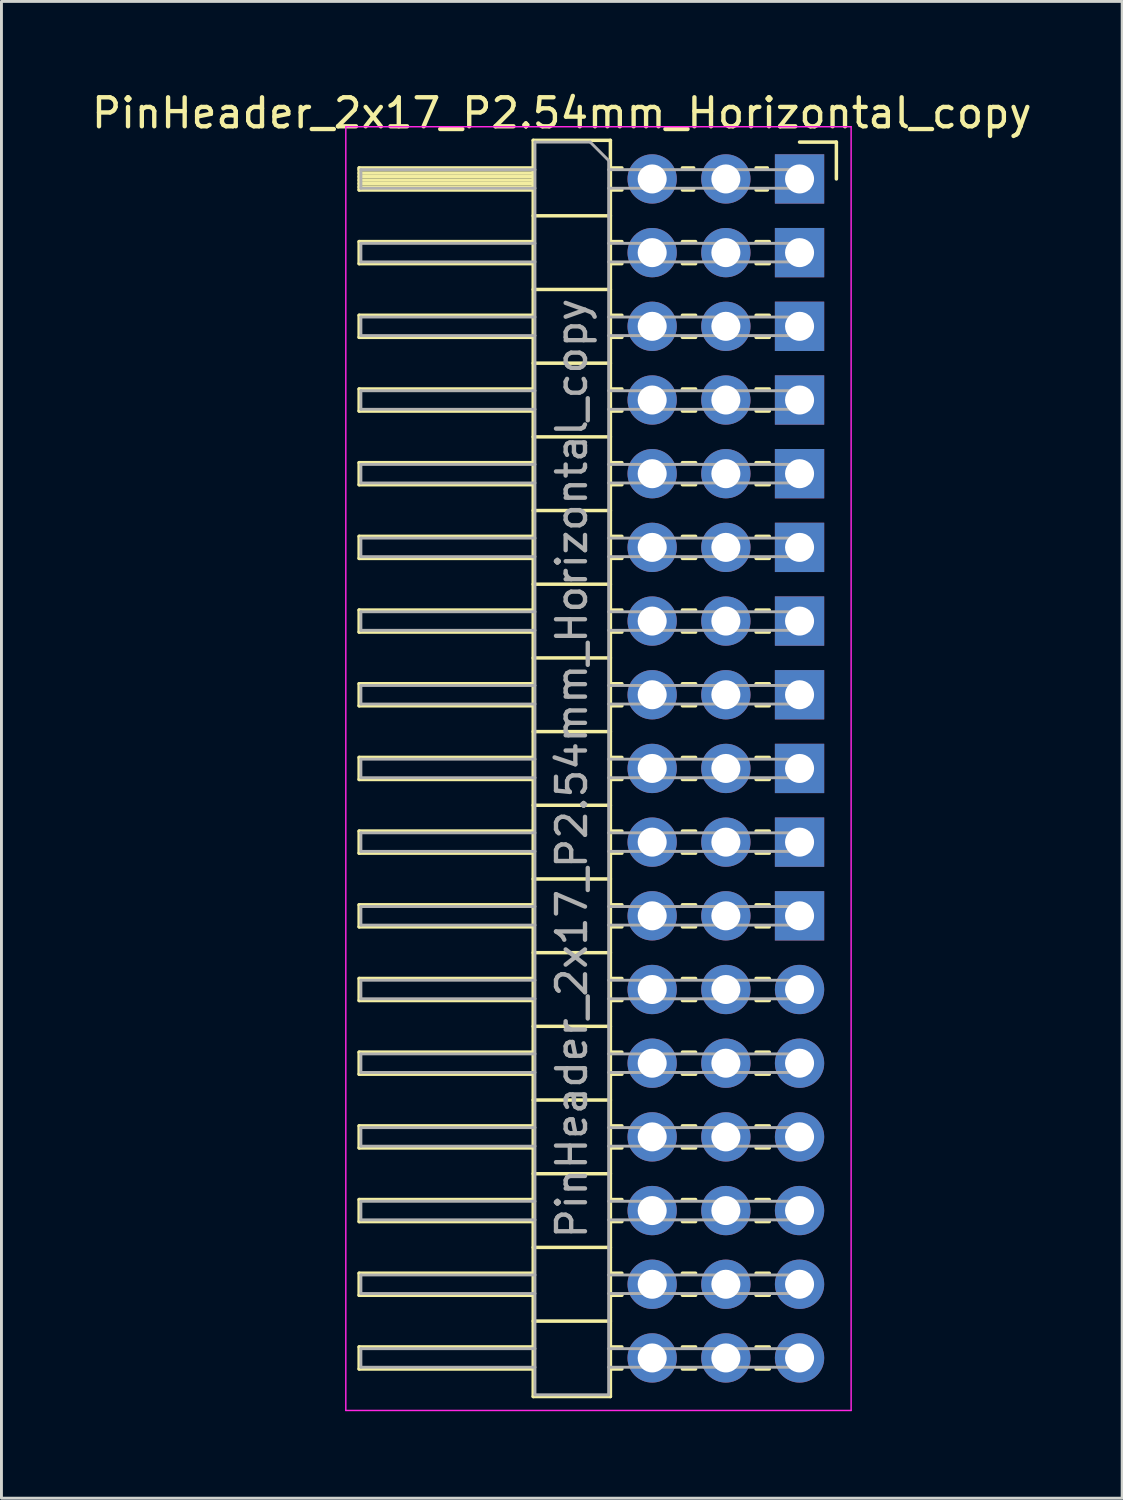
<source format=kicad_pcb>
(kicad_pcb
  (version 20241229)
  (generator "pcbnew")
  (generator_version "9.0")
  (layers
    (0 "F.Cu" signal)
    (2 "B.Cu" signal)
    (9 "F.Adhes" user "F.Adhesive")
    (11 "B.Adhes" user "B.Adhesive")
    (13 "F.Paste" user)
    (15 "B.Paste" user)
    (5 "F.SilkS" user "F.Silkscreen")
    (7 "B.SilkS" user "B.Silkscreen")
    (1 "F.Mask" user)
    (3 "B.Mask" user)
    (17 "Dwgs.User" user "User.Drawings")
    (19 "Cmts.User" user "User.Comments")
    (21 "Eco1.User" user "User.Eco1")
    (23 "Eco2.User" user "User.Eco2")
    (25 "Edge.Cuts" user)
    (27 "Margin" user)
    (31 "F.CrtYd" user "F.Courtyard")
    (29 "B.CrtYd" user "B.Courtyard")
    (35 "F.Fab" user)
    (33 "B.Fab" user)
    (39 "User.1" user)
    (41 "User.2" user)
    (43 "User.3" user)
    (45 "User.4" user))
  (footprint "PinHeader_2x17_P2.54mm_Horizontal_copy"
    (layer "F.Cu")
    (at 18.16 1.848)
    (property "Reference" "PinHeader_2x17_P2.54mm_Horizontal_copy" (at -1.845 -1 0) (layer "F.SilkS") (effects (font (size 1 1) (thickness 0.15))))
    (attr through_hole)
    (fp_line (start -8.83 0.89) (end -8.83 1.65) (stroke (width 0.12) (type solid)) (layer "F.SilkS"))
    (fp_line (start -8.83 1.65) (end -2.83 1.65) (stroke (width 0.12) (type solid)) (layer "F.SilkS"))
    (fp_line (start -8.83 3.43) (end -8.83 4.19) (stroke (width 0.12) (type solid)) (layer "F.SilkS"))
    (fp_line (start -8.83 4.19) (end -2.83 4.19) (stroke (width 0.12) (type solid)) (layer "F.SilkS"))
    (fp_line (start -8.83 5.97) (end -8.83 6.73) (stroke (width 0.12) (type solid)) (layer "F.SilkS"))
    (fp_line (start -8.83 6.73) (end -2.83 6.73) (stroke (width 0.12) (type solid)) (layer "F.SilkS"))
    (fp_line (start -8.83 8.51) (end -8.83 9.27) (stroke (width 0.12) (type solid)) (layer "F.SilkS"))
    (fp_line (start -8.83 9.27) (end -2.83 9.27) (stroke (width 0.12) (type solid)) (layer "F.SilkS"))
    (fp_line (start -8.83 11.05) (end -8.83 11.81) (stroke (width 0.12) (type solid)) (layer "F.SilkS"))
    (fp_line (start -8.83 11.81) (end -2.83 11.81) (stroke (width 0.12) (type solid)) (layer "F.SilkS"))
    (fp_line (start -8.83 13.59) (end -8.83 14.35) (stroke (width 0.12) (type solid)) (layer "F.SilkS"))
    (fp_line (start -8.83 14.35) (end -2.83 14.35) (stroke (width 0.12) (type solid)) (layer "F.SilkS"))
    (fp_line (start -8.83 16.13) (end -8.83 16.89) (stroke (width 0.12) (type solid)) (layer "F.SilkS"))
    (fp_line (start -8.83 16.89) (end -2.83 16.89) (stroke (width 0.12) (type solid)) (layer "F.SilkS"))
    (fp_line (start -8.83 18.67) (end -8.83 19.43) (stroke (width 0.12) (type solid)) (layer "F.SilkS"))
    (fp_line (start -8.83 19.43) (end -2.83 19.43) (stroke (width 0.12) (type solid)) (layer "F.SilkS"))
    (fp_line (start -8.83 21.21) (end -8.83 21.97) (stroke (width 0.12) (type solid)) (layer "F.SilkS"))
    (fp_line (start -8.83 21.97) (end -2.83 21.97) (stroke (width 0.12) (type solid)) (layer "F.SilkS"))
    (fp_line (start -8.83 23.75) (end -8.83 24.51) (stroke (width 0.12) (type solid)) (layer "F.SilkS"))
    (fp_line (start -8.83 24.51) (end -2.83 24.51) (stroke (width 0.12) (type solid)) (layer "F.SilkS"))
    (fp_line (start -8.83 26.29) (end -8.83 27.05) (stroke (width 0.12) (type solid)) (layer "F.SilkS"))
    (fp_line (start -8.83 27.05) (end -2.83 27.05) (stroke (width 0.12) (type solid)) (layer "F.SilkS"))
    (fp_line (start -8.83 28.83) (end -8.83 29.59) (stroke (width 0.12) (type solid)) (layer "F.SilkS"))
    (fp_line (start -8.83 29.59) (end -2.83 29.59) (stroke (width 0.12) (type solid)) (layer "F.SilkS"))
    (fp_line (start -8.83 31.37) (end -8.83 32.13) (stroke (width 0.12) (type solid)) (layer "F.SilkS"))
    (fp_line (start -8.83 32.13) (end -2.83 32.13) (stroke (width 0.12) (type solid)) (layer "F.SilkS"))
    (fp_line (start -8.83 33.91) (end -8.83 34.67) (stroke (width 0.12) (type solid)) (layer "F.SilkS"))
    (fp_line (start -8.83 34.67) (end -2.83 34.67) (stroke (width 0.12) (type solid)) (layer "F.SilkS"))
    (fp_line (start -8.83 36.45) (end -8.83 37.21) (stroke (width 0.12) (type solid)) (layer "F.SilkS"))
    (fp_line (start -8.83 37.21) (end -2.83 37.21) (stroke (width 0.12) (type solid)) (layer "F.SilkS"))
    (fp_line (start -8.83 38.99) (end -8.83 39.75) (stroke (width 0.12) (type solid)) (layer "F.SilkS"))
    (fp_line (start -8.83 39.75) (end -2.83 39.75) (stroke (width 0.12) (type solid)) (layer "F.SilkS"))
    (fp_line (start -8.83 41.53) (end -8.83 42.29) (stroke (width 0.12) (type solid)) (layer "F.SilkS"))
    (fp_line (start -8.83 42.29) (end -2.83 42.29) (stroke (width 0.12) (type solid)) (layer "F.SilkS"))
    (fp_line (start -2.83 -0.06) (end -0.17 -0.06) (stroke (width 0.12) (type solid)) (layer "F.SilkS"))
    (fp_line (start -2.83 0.89) (end -8.83 0.89) (stroke (width 0.12) (type solid)) (layer "F.SilkS"))
    (fp_line (start -2.83 0.95) (end -8.83 0.95) (stroke (width 0.12) (type solid)) (layer "F.SilkS"))
    (fp_line (start -2.83 1.07) (end -8.83 1.07) (stroke (width 0.12) (type solid)) (layer "F.SilkS"))
    (fp_line (start -2.83 1.19) (end -8.83 1.19) (stroke (width 0.12) (type solid)) (layer "F.SilkS"))
    (fp_line (start -2.83 1.31) (end -8.83 1.31) (stroke (width 0.12) (type solid)) (layer "F.SilkS"))
    (fp_line (start -2.83 1.43) (end -8.83 1.43) (stroke (width 0.12) (type solid)) (layer "F.SilkS"))
    (fp_line (start -2.83 1.55) (end -8.83 1.55) (stroke (width 0.12) (type solid)) (layer "F.SilkS"))
    (fp_line (start -2.83 3.43) (end -8.83 3.43) (stroke (width 0.12) (type solid)) (layer "F.SilkS"))
    (fp_line (start -2.83 5.97) (end -8.83 5.97) (stroke (width 0.12) (type solid)) (layer "F.SilkS"))
    (fp_line (start -2.83 8.51) (end -8.83 8.51) (stroke (width 0.12) (type solid)) (layer "F.SilkS"))
    (fp_line (start -2.83 11.05) (end -8.83 11.05) (stroke (width 0.12) (type solid)) (layer "F.SilkS"))
    (fp_line (start -2.83 13.59) (end -8.83 13.59) (stroke (width 0.12) (type solid)) (layer "F.SilkS"))
    (fp_line (start -2.83 16.13) (end -8.83 16.13) (stroke (width 0.12) (type solid)) (layer "F.SilkS"))
    (fp_line (start -2.83 18.67) (end -8.83 18.67) (stroke (width 0.12) (type solid)) (layer "F.SilkS"))
    (fp_line (start -2.83 21.21) (end -8.83 21.21) (stroke (width 0.12) (type solid)) (layer "F.SilkS"))
    (fp_line (start -2.83 23.75) (end -8.83 23.75) (stroke (width 0.12) (type solid)) (layer "F.SilkS"))
    (fp_line (start -2.83 26.29) (end -8.83 26.29) (stroke (width 0.12) (type solid)) (layer "F.SilkS"))
    (fp_line (start -2.83 28.83) (end -8.83 28.83) (stroke (width 0.12) (type solid)) (layer "F.SilkS"))
    (fp_line (start -2.83 31.37) (end -8.83 31.37) (stroke (width 0.12) (type solid)) (layer "F.SilkS"))
    (fp_line (start -2.83 33.91) (end -8.83 33.91) (stroke (width 0.12) (type solid)) (layer "F.SilkS"))
    (fp_line (start -2.83 36.45) (end -8.83 36.45) (stroke (width 0.12) (type solid)) (layer "F.SilkS"))
    (fp_line (start -2.83 38.99) (end -8.83 38.99) (stroke (width 0.12) (type solid)) (layer "F.SilkS"))
    (fp_line (start -2.83 41.53) (end -8.83 41.53) (stroke (width 0.12) (type solid)) (layer "F.SilkS"))
    (fp_line (start -2.83 43.24) (end -2.83 -0.06) (stroke (width 0.12) (type solid)) (layer "F.SilkS"))
    (fp_line (start -0.17 -0.06) (end -0.17 43.24) (stroke (width 0.12) (type solid)) (layer "F.SilkS"))
    (fp_line (start -0.17 2.54) (end -2.83 2.54) (stroke (width 0.12) (type solid)) (layer "F.SilkS"))
    (fp_line (start -0.17 5.08) (end -2.83 5.08) (stroke (width 0.12) (type solid)) (layer "F.SilkS"))
    (fp_line (start -0.17 7.62) (end -2.83 7.62) (stroke (width 0.12) (type solid)) (layer "F.SilkS"))
    (fp_line (start -0.17 10.16) (end -2.83 10.16) (stroke (width 0.12) (type solid)) (layer "F.SilkS"))
    (fp_line (start -0.17 12.7) (end -2.83 12.7) (stroke (width 0.12) (type solid)) (layer "F.SilkS"))
    (fp_line (start -0.17 15.24) (end -2.83 15.24) (stroke (width 0.12) (type solid)) (layer "F.SilkS"))
    (fp_line (start -0.17 17.78) (end -2.83 17.78) (stroke (width 0.12) (type solid)) (layer "F.SilkS"))
    (fp_line (start -0.17 20.32) (end -2.83 20.32) (stroke (width 0.12) (type solid)) (layer "F.SilkS"))
    (fp_line (start -0.17 22.86) (end -2.83 22.86) (stroke (width 0.12) (type solid)) (layer "F.SilkS"))
    (fp_line (start -0.17 25.4) (end -2.83 25.4) (stroke (width 0.12) (type solid)) (layer "F.SilkS"))
    (fp_line (start -0.17 27.94) (end -2.83 27.94) (stroke (width 0.12) (type solid)) (layer "F.SilkS"))
    (fp_line (start -0.17 30.48) (end -2.83 30.48) (stroke (width 0.12) (type solid)) (layer "F.SilkS"))
    (fp_line (start -0.17 33.02) (end -2.83 33.02) (stroke (width 0.12) (type solid)) (layer "F.SilkS"))
    (fp_line (start -0.17 35.56) (end -2.83 35.56) (stroke (width 0.12) (type solid)) (layer "F.SilkS"))
    (fp_line (start -0.17 38.1) (end -2.83 38.1) (stroke (width 0.12) (type solid)) (layer "F.SilkS"))
    (fp_line (start -0.17 40.64) (end -2.83 40.64) (stroke (width 0.12) (type solid)) (layer "F.SilkS"))
    (fp_line (start -0.17 43.24) (end -2.83 43.24) (stroke (width 0.12) (type solid)) (layer "F.SilkS"))
    (fp_line (start 0.227 0.89) (end -0.17 0.89) (stroke (width 0.12) (type solid)) (layer "F.SilkS"))
    (fp_line (start 0.227 1.65) (end -0.17 1.65) (stroke (width 0.12) (type solid)) (layer "F.SilkS"))
    (fp_line (start 0.227 3.43) (end -0.17 3.43) (stroke (width 0.12) (type solid)) (layer "F.SilkS"))
    (fp_line (start 0.227 4.19) (end -0.17 4.19) (stroke (width 0.12) (type solid)) (layer "F.SilkS"))
    (fp_line (start 0.227 5.97) (end -0.17 5.97) (stroke (width 0.12) (type solid)) (layer "F.SilkS"))
    (fp_line (start 0.227 6.73) (end -0.17 6.73) (stroke (width 0.12) (type solid)) (layer "F.SilkS"))
    (fp_line (start 0.227 8.51) (end -0.17 8.51) (stroke (width 0.12) (type solid)) (layer "F.SilkS"))
    (fp_line (start 0.227 9.27) (end -0.17 9.27) (stroke (width 0.12) (type solid)) (layer "F.SilkS"))
    (fp_line (start 0.227 11.05) (end -0.17 11.05) (stroke (width 0.12) (type solid)) (layer "F.SilkS"))
    (fp_line (start 0.227 11.81) (end -0.17 11.81) (stroke (width 0.12) (type solid)) (layer "F.SilkS"))
    (fp_line (start 0.227 13.59) (end -0.17 13.59) (stroke (width 0.12) (type solid)) (layer "F.SilkS"))
    (fp_line (start 0.227 14.35) (end -0.17 14.35) (stroke (width 0.12) (type solid)) (layer "F.SilkS"))
    (fp_line (start 0.227 16.13) (end -0.17 16.13) (stroke (width 0.12) (type solid)) (layer "F.SilkS"))
    (fp_line (start 0.227 16.89) (end -0.17 16.89) (stroke (width 0.12) (type solid)) (layer "F.SilkS"))
    (fp_line (start 0.227 18.67) (end -0.17 18.67) (stroke (width 0.12) (type solid)) (layer "F.SilkS"))
    (fp_line (start 0.227 19.43) (end -0.17 19.43) (stroke (width 0.12) (type solid)) (layer "F.SilkS"))
    (fp_line (start 0.227 21.21) (end -0.17 21.21) (stroke (width 0.12) (type solid)) (layer "F.SilkS"))
    (fp_line (start 0.227 21.97) (end -0.17 21.97) (stroke (width 0.12) (type solid)) (layer "F.SilkS"))
    (fp_line (start 0.227 23.75) (end -0.17 23.75) (stroke (width 0.12) (type solid)) (layer "F.SilkS"))
    (fp_line (start 0.227 24.51) (end -0.17 24.51) (stroke (width 0.12) (type solid)) (layer "F.SilkS"))
    (fp_line (start 0.227 26.29) (end -0.17 26.29) (stroke (width 0.12) (type solid)) (layer "F.SilkS"))
    (fp_line (start 0.227 27.05) (end -0.17 27.05) (stroke (width 0.12) (type solid)) (layer "F.SilkS"))
    (fp_line (start 0.227 28.83) (end -0.17 28.83) (stroke (width 0.12) (type solid)) (layer "F.SilkS"))
    (fp_line (start 0.227 29.59) (end -0.17 29.59) (stroke (width 0.12) (type solid)) (layer "F.SilkS"))
    (fp_line (start 0.227 31.37) (end -0.17 31.37) (stroke (width 0.12) (type solid)) (layer "F.SilkS"))
    (fp_line (start 0.227 32.13) (end -0.17 32.13) (stroke (width 0.12) (type solid)) (layer "F.SilkS"))
    (fp_line (start 0.227 33.91) (end -0.17 33.91) (stroke (width 0.12) (type solid)) (layer "F.SilkS"))
    (fp_line (start 0.227 34.67) (end -0.17 34.67) (stroke (width 0.12) (type solid)) (layer "F.SilkS"))
    (fp_line (start 0.227 36.45) (end -0.17 36.45) (stroke (width 0.12) (type solid)) (layer "F.SilkS"))
    (fp_line (start 0.227 37.21) (end -0.17 37.21) (stroke (width 0.12) (type solid)) (layer "F.SilkS"))
    (fp_line (start 0.227 38.99) (end -0.17 38.99) (stroke (width 0.12) (type solid)) (layer "F.SilkS"))
    (fp_line (start 0.227 39.75) (end -0.17 39.75) (stroke (width 0.12) (type solid)) (layer "F.SilkS"))
    (fp_line (start 0.227 41.53) (end -0.17 41.53) (stroke (width 0.12) (type solid)) (layer "F.SilkS"))
    (fp_line (start 0.227 42.29) (end -0.17 42.29) (stroke (width 0.12) (type solid)) (layer "F.SilkS"))
    (fp_line (start 2.7 0.89) (end 2.313 0.89) (stroke (width 0.12) (type solid)) (layer "F.SilkS"))
    (fp_line (start 2.7 1.65) (end 2.313 1.65) (stroke (width 0.12) (type solid)) (layer "F.SilkS"))
    (fp_line (start 2.767 3.43) (end 2.313 3.43) (stroke (width 0.12) (type solid)) (layer "F.SilkS"))
    (fp_line (start 2.767 4.19) (end 2.313 4.19) (stroke (width 0.12) (type solid)) (layer "F.SilkS"))
    (fp_line (start 2.767 5.97) (end 2.313 5.97) (stroke (width 0.12) (type solid)) (layer "F.SilkS"))
    (fp_line (start 2.767 6.73) (end 2.313 6.73) (stroke (width 0.12) (type solid)) (layer "F.SilkS"))
    (fp_line (start 2.767 8.51) (end 2.313 8.51) (stroke (width 0.12) (type solid)) (layer "F.SilkS"))
    (fp_line (start 2.767 9.27) (end 2.313 9.27) (stroke (width 0.12) (type solid)) (layer "F.SilkS"))
    (fp_line (start 2.767 11.05) (end 2.313 11.05) (stroke (width 0.12) (type solid)) (layer "F.SilkS"))
    (fp_line (start 2.767 11.81) (end 2.313 11.81) (stroke (width 0.12) (type solid)) (layer "F.SilkS"))
    (fp_line (start 2.767 13.59) (end 2.313 13.59) (stroke (width 0.12) (type solid)) (layer "F.SilkS"))
    (fp_line (start 2.767 14.35) (end 2.313 14.35) (stroke (width 0.12) (type solid)) (layer "F.SilkS"))
    (fp_line (start 2.767 16.13) (end 2.313 16.13) (stroke (width 0.12) (type solid)) (layer "F.SilkS"))
    (fp_line (start 2.767 16.89) (end 2.313 16.89) (stroke (width 0.12) (type solid)) (layer "F.SilkS"))
    (fp_line (start 2.767 18.67) (end 2.313 18.67) (stroke (width 0.12) (type solid)) (layer "F.SilkS"))
    (fp_line (start 2.767 19.43) (end 2.313 19.43) (stroke (width 0.12) (type solid)) (layer "F.SilkS"))
    (fp_line (start 2.767 21.21) (end 2.313 21.21) (stroke (width 0.12) (type solid)) (layer "F.SilkS"))
    (fp_line (start 2.767 21.97) (end 2.313 21.97) (stroke (width 0.12) (type solid)) (layer "F.SilkS"))
    (fp_line (start 2.767 23.75) (end 2.313 23.75) (stroke (width 0.12) (type solid)) (layer "F.SilkS"))
    (fp_line (start 2.767 24.51) (end 2.313 24.51) (stroke (width 0.12) (type solid)) (layer "F.SilkS"))
    (fp_line (start 2.767 26.29) (end 2.313 26.29) (stroke (width 0.12) (type solid)) (layer "F.SilkS"))
    (fp_line (start 2.767 27.05) (end 2.313 27.05) (stroke (width 0.12) (type solid)) (layer "F.SilkS"))
    (fp_line (start 2.767 28.83) (end 2.313 28.83) (stroke (width 0.12) (type solid)) (layer "F.SilkS"))
    (fp_line (start 2.767 29.59) (end 2.313 29.59) (stroke (width 0.12) (type solid)) (layer "F.SilkS"))
    (fp_line (start 2.767 31.37) (end 2.313 31.37) (stroke (width 0.12) (type solid)) (layer "F.SilkS"))
    (fp_line (start 2.767 32.13) (end 2.313 32.13) (stroke (width 0.12) (type solid)) (layer "F.SilkS"))
    (fp_line (start 2.767 33.91) (end 2.313 33.91) (stroke (width 0.12) (type solid)) (layer "F.SilkS"))
    (fp_line (start 2.767 34.67) (end 2.313 34.67) (stroke (width 0.12) (type solid)) (layer "F.SilkS"))
    (fp_line (start 2.767 36.45) (end 2.313 36.45) (stroke (width 0.12) (type solid)) (layer "F.SilkS"))
    (fp_line (start 2.767 37.21) (end 2.313 37.21) (stroke (width 0.12) (type solid)) (layer "F.SilkS"))
    (fp_line (start 2.767 38.99) (end 2.313 38.99) (stroke (width 0.12) (type solid)) (layer "F.SilkS"))
    (fp_line (start 2.767 39.75) (end 2.313 39.75) (stroke (width 0.12) (type solid)) (layer "F.SilkS"))
    (fp_line (start 2.767 41.53) (end 2.313 41.53) (stroke (width 0.12) (type solid)) (layer "F.SilkS"))
    (fp_line (start 2.767 42.29) (end 2.313 42.29) (stroke (width 0.12) (type solid)) (layer "F.SilkS"))
    (fp_line (start 5.24 0.89) (end 4.853 0.89) (stroke (width 0.12) (type solid)) (layer "F.SilkS"))
    (fp_line (start 5.24 1.65) (end 4.853 1.65) (stroke (width 0.12) (type solid)) (layer "F.SilkS"))
    (fp_line (start 5.307 3.43) (end 4.853 3.43) (stroke (width 0.12) (type solid)) (layer "F.SilkS"))
    (fp_line (start 5.307 4.19) (end 4.853 4.19) (stroke (width 0.12) (type solid)) (layer "F.SilkS"))
    (fp_line (start 5.307 5.97) (end 4.853 5.97) (stroke (width 0.12) (type solid)) (layer "F.SilkS"))
    (fp_line (start 5.307 6.73) (end 4.853 6.73) (stroke (width 0.12) (type solid)) (layer "F.SilkS"))
    (fp_line (start 5.307 8.51) (end 4.853 8.51) (stroke (width 0.12) (type solid)) (layer "F.SilkS"))
    (fp_line (start 5.307 9.27) (end 4.853 9.27) (stroke (width 0.12) (type solid)) (layer "F.SilkS"))
    (fp_line (start 5.307 11.05) (end 4.853 11.05) (stroke (width 0.12) (type solid)) (layer "F.SilkS"))
    (fp_line (start 5.307 11.81) (end 4.853 11.81) (stroke (width 0.12) (type solid)) (layer "F.SilkS"))
    (fp_line (start 5.307 13.59) (end 4.853 13.59) (stroke (width 0.12) (type solid)) (layer "F.SilkS"))
    (fp_line (start 5.307 14.35) (end 4.853 14.35) (stroke (width 0.12) (type solid)) (layer "F.SilkS"))
    (fp_line (start 5.307 16.13) (end 4.853 16.13) (stroke (width 0.12) (type solid)) (layer "F.SilkS"))
    (fp_line (start 5.307 16.89) (end 4.853 16.89) (stroke (width 0.12) (type solid)) (layer "F.SilkS"))
    (fp_line (start 5.307 18.67) (end 4.853 18.67) (stroke (width 0.12) (type solid)) (layer "F.SilkS"))
    (fp_line (start 5.307 19.43) (end 4.853 19.43) (stroke (width 0.12) (type solid)) (layer "F.SilkS"))
    (fp_line (start 5.307 21.21) (end 4.853 21.21) (stroke (width 0.12) (type solid)) (layer "F.SilkS"))
    (fp_line (start 5.307 21.97) (end 4.853 21.97) (stroke (width 0.12) (type solid)) (layer "F.SilkS"))
    (fp_line (start 5.307 23.75) (end 4.853 23.75) (stroke (width 0.12) (type solid)) (layer "F.SilkS"))
    (fp_line (start 5.307 24.51) (end 4.853 24.51) (stroke (width 0.12) (type solid)) (layer "F.SilkS"))
    (fp_line (start 5.307 26.29) (end 4.853 26.29) (stroke (width 0.12) (type solid)) (layer "F.SilkS"))
    (fp_line (start 5.307 27.05) (end 4.853 27.05) (stroke (width 0.12) (type solid)) (layer "F.SilkS"))
    (fp_line (start 5.307 28.83) (end 4.853 28.83) (stroke (width 0.12) (type solid)) (layer "F.SilkS"))
    (fp_line (start 5.307 29.59) (end 4.853 29.59) (stroke (width 0.12) (type solid)) (layer "F.SilkS"))
    (fp_line (start 5.307 31.37) (end 4.853 31.37) (stroke (width 0.12) (type solid)) (layer "F.SilkS"))
    (fp_line (start 5.307 32.13) (end 4.853 32.13) (stroke (width 0.12) (type solid)) (layer "F.SilkS"))
    (fp_line (start 5.307 33.91) (end 4.853 33.91) (stroke (width 0.12) (type solid)) (layer "F.SilkS"))
    (fp_line (start 5.307 34.67) (end 4.853 34.67) (stroke (width 0.12) (type solid)) (layer "F.SilkS"))
    (fp_line (start 5.307 36.45) (end 4.853 36.45) (stroke (width 0.12) (type solid)) (layer "F.SilkS"))
    (fp_line (start 5.307 37.21) (end 4.853 37.21) (stroke (width 0.12) (type solid)) (layer "F.SilkS"))
    (fp_line (start 5.307 38.99) (end 4.853 38.99) (stroke (width 0.12) (type solid)) (layer "F.SilkS"))
    (fp_line (start 5.307 39.75) (end 4.853 39.75) (stroke (width 0.12) (type solid)) (layer "F.SilkS"))
    (fp_line (start 5.307 41.53) (end 4.853 41.53) (stroke (width 0.12) (type solid)) (layer "F.SilkS"))
    (fp_line (start 5.307 42.29) (end 4.853 42.29) (stroke (width 0.12) (type solid)) (layer "F.SilkS"))
    (fp_line (start 7.62 0) (end 6.35 0) (stroke (width 0.12) (type solid)) (layer "F.SilkS"))
    (fp_line (start 7.62 1.27) (end 7.62 0) (stroke (width 0.12) (type solid)) (layer "F.SilkS"))
    (fp_line (start -9.29 -0.53) (end 8.128 -0.53) (stroke (width 0.05) (type solid)) (layer "F.CrtYd"))
    (fp_line (start -9.29 43.72) (end -9.29 -0.53) (stroke (width 0.05) (type solid)) (layer "F.CrtYd"))
    (fp_line (start 8.128 -0.53) (end 8.128 43.72) (stroke (width 0.05) (type solid)) (layer "F.CrtYd"))
    (fp_line (start 8.128 43.72) (end -9.29 43.72) (stroke (width 0.05) (type solid)) (layer "F.CrtYd"))
    (fp_line (start -8.77 0.95) (end -8.77 1.59) (stroke (width 0.1) (type solid)) (layer "F.Fab"))
    (fp_line (start -8.77 3.49) (end -8.77 4.13) (stroke (width 0.1) (type solid)) (layer "F.Fab"))
    (fp_line (start -8.77 6.03) (end -8.77 6.67) (stroke (width 0.1) (type solid)) (layer "F.Fab"))
    (fp_line (start -8.77 8.57) (end -8.77 9.21) (stroke (width 0.1) (type solid)) (layer "F.Fab"))
    (fp_line (start -8.77 11.11) (end -8.77 11.75) (stroke (width 0.1) (type solid)) (layer "F.Fab"))
    (fp_line (start -8.77 13.65) (end -8.77 14.29) (stroke (width 0.1) (type solid)) (layer "F.Fab"))
    (fp_line (start -8.77 16.19) (end -8.77 16.83) (stroke (width 0.1) (type solid)) (layer "F.Fab"))
    (fp_line (start -8.77 18.73) (end -8.77 19.37) (stroke (width 0.1) (type solid)) (layer "F.Fab"))
    (fp_line (start -8.77 21.27) (end -8.77 21.91) (stroke (width 0.1) (type solid)) (layer "F.Fab"))
    (fp_line (start -8.77 23.81) (end -8.77 24.45) (stroke (width 0.1) (type solid)) (layer "F.Fab"))
    (fp_line (start -8.77 26.35) (end -8.77 26.99) (stroke (width 0.1) (type solid)) (layer "F.Fab"))
    (fp_line (start -8.77 28.89) (end -8.77 29.53) (stroke (width 0.1) (type solid)) (layer "F.Fab"))
    (fp_line (start -8.77 31.43) (end -8.77 32.07) (stroke (width 0.1) (type solid)) (layer "F.Fab"))
    (fp_line (start -8.77 33.97) (end -8.77 34.61) (stroke (width 0.1) (type solid)) (layer "F.Fab"))
    (fp_line (start -8.77 36.51) (end -8.77 37.15) (stroke (width 0.1) (type solid)) (layer "F.Fab"))
    (fp_line (start -8.77 39.05) (end -8.77 39.69) (stroke (width 0.1) (type solid)) (layer "F.Fab"))
    (fp_line (start -8.77 41.59) (end -8.77 42.23) (stroke (width 0.1) (type solid)) (layer "F.Fab"))
    (fp_line (start -2.77 0) (end -2.77 43.18) (stroke (width 0.1) (type solid)) (layer "F.Fab"))
    (fp_line (start -2.77 0.95) (end -8.77 0.95) (stroke (width 0.1) (type solid)) (layer "F.Fab"))
    (fp_line (start -2.77 1.59) (end -8.77 1.59) (stroke (width 0.1) (type solid)) (layer "F.Fab"))
    (fp_line (start -2.77 3.49) (end -8.77 3.49) (stroke (width 0.1) (type solid)) (layer "F.Fab"))
    (fp_line (start -2.77 4.13) (end -8.77 4.13) (stroke (width 0.1) (type solid)) (layer "F.Fab"))
    (fp_line (start -2.77 6.03) (end -8.77 6.03) (stroke (width 0.1) (type solid)) (layer "F.Fab"))
    (fp_line (start -2.77 6.67) (end -8.77 6.67) (stroke (width 0.1) (type solid)) (layer "F.Fab"))
    (fp_line (start -2.77 8.57) (end -8.77 8.57) (stroke (width 0.1) (type solid)) (layer "F.Fab"))
    (fp_line (start -2.77 9.21) (end -8.77 9.21) (stroke (width 0.1) (type solid)) (layer "F.Fab"))
    (fp_line (start -2.77 11.11) (end -8.77 11.11) (stroke (width 0.1) (type solid)) (layer "F.Fab"))
    (fp_line (start -2.77 11.75) (end -8.77 11.75) (stroke (width 0.1) (type solid)) (layer "F.Fab"))
    (fp_line (start -2.77 13.65) (end -8.77 13.65) (stroke (width 0.1) (type solid)) (layer "F.Fab"))
    (fp_line (start -2.77 14.29) (end -8.77 14.29) (stroke (width 0.1) (type solid)) (layer "F.Fab"))
    (fp_line (start -2.77 16.19) (end -8.77 16.19) (stroke (width 0.1) (type solid)) (layer "F.Fab"))
    (fp_line (start -2.77 16.83) (end -8.77 16.83) (stroke (width 0.1) (type solid)) (layer "F.Fab"))
    (fp_line (start -2.77 18.73) (end -8.77 18.73) (stroke (width 0.1) (type solid)) (layer "F.Fab"))
    (fp_line (start -2.77 19.37) (end -8.77 19.37) (stroke (width 0.1) (type solid)) (layer "F.Fab"))
    (fp_line (start -2.77 21.27) (end -8.77 21.27) (stroke (width 0.1) (type solid)) (layer "F.Fab"))
    (fp_line (start -2.77 21.91) (end -8.77 21.91) (stroke (width 0.1) (type solid)) (layer "F.Fab"))
    (fp_line (start -2.77 23.81) (end -8.77 23.81) (stroke (width 0.1) (type solid)) (layer "F.Fab"))
    (fp_line (start -2.77 24.45) (end -8.77 24.45) (stroke (width 0.1) (type solid)) (layer "F.Fab"))
    (fp_line (start -2.77 26.35) (end -8.77 26.35) (stroke (width 0.1) (type solid)) (layer "F.Fab"))
    (fp_line (start -2.77 26.99) (end -8.77 26.99) (stroke (width 0.1) (type solid)) (layer "F.Fab"))
    (fp_line (start -2.77 28.89) (end -8.77 28.89) (stroke (width 0.1) (type solid)) (layer "F.Fab"))
    (fp_line (start -2.77 29.53) (end -8.77 29.53) (stroke (width 0.1) (type solid)) (layer "F.Fab"))
    (fp_line (start -2.77 31.43) (end -8.77 31.43) (stroke (width 0.1) (type solid)) (layer "F.Fab"))
    (fp_line (start -2.77 32.07) (end -8.77 32.07) (stroke (width 0.1) (type solid)) (layer "F.Fab"))
    (fp_line (start -2.77 33.97) (end -8.77 33.97) (stroke (width 0.1) (type solid)) (layer "F.Fab"))
    (fp_line (start -2.77 34.61) (end -8.77 34.61) (stroke (width 0.1) (type solid)) (layer "F.Fab"))
    (fp_line (start -2.77 36.51) (end -8.77 36.51) (stroke (width 0.1) (type solid)) (layer "F.Fab"))
    (fp_line (start -2.77 37.15) (end -8.77 37.15) (stroke (width 0.1) (type solid)) (layer "F.Fab"))
    (fp_line (start -2.77 39.05) (end -8.77 39.05) (stroke (width 0.1) (type solid)) (layer "F.Fab"))
    (fp_line (start -2.77 39.69) (end -8.77 39.69) (stroke (width 0.1) (type solid)) (layer "F.Fab"))
    (fp_line (start -2.77 41.59) (end -8.77 41.59) (stroke (width 0.1) (type solid)) (layer "F.Fab"))
    (fp_line (start -2.77 42.23) (end -8.77 42.23) (stroke (width 0.1) (type solid)) (layer "F.Fab"))
    (fp_line (start -2.77 43.18) (end -0.23 43.18) (stroke (width 0.1) (type solid)) (layer "F.Fab"))
    (fp_line (start -0.865 0) (end -2.77 0) (stroke (width 0.1) (type solid)) (layer "F.Fab"))
    (fp_line (start -0.23 0.635) (end -0.865 0) (stroke (width 0.1) (type solid)) (layer "F.Fab"))
    (fp_line (start -0.23 43.18) (end -0.23 0.635) (stroke (width 0.1) (type solid)) (layer "F.Fab"))
    (fp_line (start 4.13 0.95) (end 4.13 1.59) (stroke (width 0.1) (type solid)) (layer "F.Fab"))
    (fp_line (start 4.13 3.49) (end 4.13 4.13) (stroke (width 0.1) (type solid)) (layer "F.Fab"))
    (fp_line (start 4.13 6.03) (end 4.13 6.67) (stroke (width 0.1) (type solid)) (layer "F.Fab"))
    (fp_line (start 4.13 8.57) (end 4.13 9.21) (stroke (width 0.1) (type solid)) (layer "F.Fab"))
    (fp_line (start 4.13 11.11) (end 4.13 11.75) (stroke (width 0.1) (type solid)) (layer "F.Fab"))
    (fp_line (start 4.13 13.65) (end 4.13 14.29) (stroke (width 0.1) (type solid)) (layer "F.Fab"))
    (fp_line (start 4.13 16.19) (end 4.13 16.83) (stroke (width 0.1) (type solid)) (layer "F.Fab"))
    (fp_line (start 4.13 18.73) (end 4.13 19.37) (stroke (width 0.1) (type solid)) (layer "F.Fab"))
    (fp_line (start 4.13 21.27) (end 4.13 21.91) (stroke (width 0.1) (type solid)) (layer "F.Fab"))
    (fp_line (start 4.13 23.81) (end 4.13 24.45) (stroke (width 0.1) (type solid)) (layer "F.Fab"))
    (fp_line (start 4.13 26.35) (end 4.13 26.99) (stroke (width 0.1) (type solid)) (layer "F.Fab"))
    (fp_line (start 4.13 28.89) (end 4.13 29.53) (stroke (width 0.1) (type solid)) (layer "F.Fab"))
    (fp_line (start 4.13 31.43) (end 4.13 32.07) (stroke (width 0.1) (type solid)) (layer "F.Fab"))
    (fp_line (start 4.13 33.97) (end 4.13 34.61) (stroke (width 0.1) (type solid)) (layer "F.Fab"))
    (fp_line (start 4.13 36.51) (end 4.13 37.15) (stroke (width 0.1) (type solid)) (layer "F.Fab"))
    (fp_line (start 4.13 39.05) (end 4.13 39.69) (stroke (width 0.1) (type solid)) (layer "F.Fab"))
    (fp_line (start 4.13 41.59) (end 4.13 42.23) (stroke (width 0.1) (type solid)) (layer "F.Fab"))
    (fp_line (start 6.67 0.95) (end -0.23 0.95) (stroke (width 0.1) (type solid)) (layer "F.Fab"))
    (fp_line (start 6.67 0.95) (end 6.67 1.59) (stroke (width 0.1) (type solid)) (layer "F.Fab"))
    (fp_line (start 6.67 1.59) (end -0.23 1.59) (stroke (width 0.1) (type solid)) (layer "F.Fab"))
    (fp_line (start 6.67 3.49) (end -0.23 3.49) (stroke (width 0.1) (type solid)) (layer "F.Fab"))
    (fp_line (start 6.67 3.49) (end 6.67 4.13) (stroke (width 0.1) (type solid)) (layer "F.Fab"))
    (fp_line (start 6.67 4.13) (end -0.23 4.13) (stroke (width 0.1) (type solid)) (layer "F.Fab"))
    (fp_line (start 6.67 6.03) (end -0.23 6.03) (stroke (width 0.1) (type solid)) (layer "F.Fab"))
    (fp_line (start 6.67 6.03) (end 6.67 6.67) (stroke (width 0.1) (type solid)) (layer "F.Fab"))
    (fp_line (start 6.67 6.67) (end -0.23 6.67) (stroke (width 0.1) (type solid)) (layer "F.Fab"))
    (fp_line (start 6.67 8.57) (end -0.23 8.57) (stroke (width 0.1) (type solid)) (layer "F.Fab"))
    (fp_line (start 6.67 8.57) (end 6.67 9.21) (stroke (width 0.1) (type solid)) (layer "F.Fab"))
    (fp_line (start 6.67 9.21) (end -0.23 9.21) (stroke (width 0.1) (type solid)) (layer "F.Fab"))
    (fp_line (start 6.67 11.11) (end -0.23 11.11) (stroke (width 0.1) (type solid)) (layer "F.Fab"))
    (fp_line (start 6.67 11.11) (end 6.67 11.75) (stroke (width 0.1) (type solid)) (layer "F.Fab"))
    (fp_line (start 6.67 11.75) (end -0.23 11.75) (stroke (width 0.1) (type solid)) (layer "F.Fab"))
    (fp_line (start 6.67 13.65) (end -0.23 13.65) (stroke (width 0.1) (type solid)) (layer "F.Fab"))
    (fp_line (start 6.67 13.65) (end 6.67 14.29) (stroke (width 0.1) (type solid)) (layer "F.Fab"))
    (fp_line (start 6.67 14.29) (end -0.23 14.29) (stroke (width 0.1) (type solid)) (layer "F.Fab"))
    (fp_line (start 6.67 16.19) (end -0.23 16.19) (stroke (width 0.1) (type solid)) (layer "F.Fab"))
    (fp_line (start 6.67 16.19) (end 6.67 16.83) (stroke (width 0.1) (type solid)) (layer "F.Fab"))
    (fp_line (start 6.67 16.83) (end -0.23 16.83) (stroke (width 0.1) (type solid)) (layer "F.Fab"))
    (fp_line (start 6.67 18.73) (end -0.23 18.73) (stroke (width 0.1) (type solid)) (layer "F.Fab"))
    (fp_line (start 6.67 18.73) (end 6.67 19.37) (stroke (width 0.1) (type solid)) (layer "F.Fab"))
    (fp_line (start 6.67 19.37) (end -0.23 19.37) (stroke (width 0.1) (type solid)) (layer "F.Fab"))
    (fp_line (start 6.67 21.27) (end -0.23 21.27) (stroke (width 0.1) (type solid)) (layer "F.Fab"))
    (fp_line (start 6.67 21.27) (end 6.67 21.91) (stroke (width 0.1) (type solid)) (layer "F.Fab"))
    (fp_line (start 6.67 21.91) (end -0.23 21.91) (stroke (width 0.1) (type solid)) (layer "F.Fab"))
    (fp_line (start 6.67 23.81) (end -0.23 23.81) (stroke (width 0.1) (type solid)) (layer "F.Fab"))
    (fp_line (start 6.67 23.81) (end 6.67 24.45) (stroke (width 0.1) (type solid)) (layer "F.Fab"))
    (fp_line (start 6.67 24.45) (end -0.23 24.45) (stroke (width 0.1) (type solid)) (layer "F.Fab"))
    (fp_line (start 6.67 26.35) (end -0.23 26.35) (stroke (width 0.1) (type solid)) (layer "F.Fab"))
    (fp_line (start 6.67 26.35) (end 6.67 26.99) (stroke (width 0.1) (type solid)) (layer "F.Fab"))
    (fp_line (start 6.67 26.99) (end -0.23 26.99) (stroke (width 0.1) (type solid)) (layer "F.Fab"))
    (fp_line (start 6.67 28.89) (end -0.23 28.89) (stroke (width 0.1) (type solid)) (layer "F.Fab"))
    (fp_line (start 6.67 28.89) (end 6.67 29.53) (stroke (width 0.1) (type solid)) (layer "F.Fab"))
    (fp_line (start 6.67 29.53) (end -0.23 29.53) (stroke (width 0.1) (type solid)) (layer "F.Fab"))
    (fp_line (start 6.67 31.43) (end -0.23 31.43) (stroke (width 0.1) (type solid)) (layer "F.Fab"))
    (fp_line (start 6.67 31.43) (end 6.67 32.07) (stroke (width 0.1) (type solid)) (layer "F.Fab"))
    (fp_line (start 6.67 32.07) (end -0.23 32.07) (stroke (width 0.1) (type solid)) (layer "F.Fab"))
    (fp_line (start 6.67 33.97) (end -0.23 33.97) (stroke (width 0.1) (type solid)) (layer "F.Fab"))
    (fp_line (start 6.67 33.97) (end 6.67 34.61) (stroke (width 0.1) (type solid)) (layer "F.Fab"))
    (fp_line (start 6.67 34.61) (end -0.23 34.61) (stroke (width 0.1) (type solid)) (layer "F.Fab"))
    (fp_line (start 6.67 36.51) (end -0.23 36.51) (stroke (width 0.1) (type solid)) (layer "F.Fab"))
    (fp_line (start 6.67 36.51) (end 6.67 37.15) (stroke (width 0.1) (type solid)) (layer "F.Fab"))
    (fp_line (start 6.67 37.15) (end -0.23 37.15) (stroke (width 0.1) (type solid)) (layer "F.Fab"))
    (fp_line (start 6.67 39.05) (end -0.23 39.05) (stroke (width 0.1) (type solid)) (layer "F.Fab"))
    (fp_line (start 6.67 39.05) (end 6.67 39.69) (stroke (width 0.1) (type solid)) (layer "F.Fab"))
    (fp_line (start 6.67 39.69) (end -0.23 39.69) (stroke (width 0.1) (type solid)) (layer "F.Fab"))
    (fp_line (start 6.67 41.59) (end -0.23 41.59) (stroke (width 0.1) (type solid)) (layer "F.Fab"))
    (fp_line (start 6.67 41.59) (end 6.67 42.23) (stroke (width 0.1) (type solid)) (layer "F.Fab"))
    (fp_line (start 6.67 42.23) (end -0.23 42.23) (stroke (width 0.1) (type solid)) (layer "F.Fab"))
    (fp_text user "${REFERENCE}" (at -1.5 21.59 90) (layer "F.Fab") (effects (font (size 1 1) (thickness 0.15))))
    (pad "A1" thru_hole rect (at 6.35 1.27) (size 1.7 1.7) (drill 1) (layers "*.Cu" "*.Mask"))
    (pad "A2" thru_hole oval (at 3.81 1.27) (size 1.7 1.7) (drill 1) (layers "*.Cu" "*.Mask"))
    (pad "A3" thru_hole oval (at 1.27 1.27) (size 1.7 1.7) (drill 1) (layers "*.Cu" "*.Mask"))
    (pad "B1" thru_hole rect (at 6.35 3.81) (size 1.7 1.7) (drill 1) (layers "*.Cu" "*.Mask"))
    (pad "B2" thru_hole oval (at 3.81 3.81) (size 1.7 1.7) (drill 1) (layers "*.Cu" "*.Mask"))
    (pad "B3" thru_hole oval (at 1.27 3.81) (size 1.7 1.7) (drill 1) (layers "*.Cu" "*.Mask"))
    (pad "C1" thru_hole rect (at 6.35 6.35) (size 1.7 1.7) (drill 1) (layers "*.Cu" "*.Mask"))
    (pad "C2" thru_hole oval (at 3.81 6.35) (size 1.7 1.7) (drill 1) (layers "*.Cu" "*.Mask"))
    (pad "C3" thru_hole oval (at 1.27 6.35) (size 1.7 1.7) (drill 1) (layers "*.Cu" "*.Mask"))
    (pad "D1" thru_hole rect (at 6.35 8.89) (size 1.7 1.7) (drill 1) (layers "*.Cu" "*.Mask"))
    (pad "D2" thru_hole oval (at 3.81 8.89) (size 1.7 1.7) (drill 1) (layers "*.Cu" "*.Mask"))
    (pad "D3" thru_hole oval (at 1.27 8.89) (size 1.7 1.7) (drill 1) (layers "*.Cu" "*.Mask"))
    (pad "E1" thru_hole rect (at 6.35 11.43) (size 1.7 1.7) (drill 1) (layers "*.Cu" "*.Mask"))
    (pad "E2" thru_hole oval (at 3.81 11.43) (size 1.7 1.7) (drill 1) (layers "*.Cu" "*.Mask"))
    (pad "E3" thru_hole oval (at 1.27 11.43) (size 1.7 1.7) (drill 1) (layers "*.Cu" "*.Mask"))
    (pad "F1" thru_hole rect (at 6.35 13.97) (size 1.7 1.7) (drill 1) (layers "*.Cu" "*.Mask"))
    (pad "F2" thru_hole oval (at 3.81 13.97) (size 1.7 1.7) (drill 1) (layers "*.Cu" "*.Mask"))
    (pad "F3" thru_hole oval (at 1.27 13.97) (size 1.7 1.7) (drill 1) (layers "*.Cu" "*.Mask"))
    (pad "G1" thru_hole rect (at 6.35 16.51) (size 1.7 1.7) (drill 1) (layers "*.Cu" "*.Mask"))
    (pad "G2" thru_hole oval (at 3.81 16.51) (size 1.7 1.7) (drill 1) (layers "*.Cu" "*.Mask"))
    (pad "G3" thru_hole oval (at 1.27 16.51) (size 1.7 1.7) (drill 1) (layers "*.Cu" "*.Mask"))
    (pad "H1" thru_hole rect (at 6.35 19.05) (size 1.7 1.7) (drill 1) (layers "*.Cu" "*.Mask"))
    (pad "H2" thru_hole oval (at 3.81 19.05) (size 1.7 1.7) (drill 1) (layers "*.Cu" "*.Mask"))
    (pad "H3" thru_hole oval (at 1.27 19.05) (size 1.7 1.7) (drill 1) (layers "*.Cu" "*.Mask"))
    (pad "I1" thru_hole rect (at 6.35 21.59) (size 1.7 1.7) (drill 1) (layers "*.Cu" "*.Mask"))
    (pad "I2" thru_hole oval (at 3.81 21.59) (size 1.7 1.7) (drill 1) (layers "*.Cu" "*.Mask"))
    (pad "I3" thru_hole oval (at 1.27 21.59) (size 1.7 1.7) (drill 1) (layers "*.Cu" "*.Mask"))
    (pad "J1" thru_hole rect (at 6.35 24.13) (size 1.7 1.7) (drill 1) (layers "*.Cu" "*.Mask"))
    (pad "J2" thru_hole oval (at 3.81 24.13) (size 1.7 1.7) (drill 1) (layers "*.Cu" "*.Mask"))
    (pad "J3" thru_hole oval (at 1.27 24.13) (size 1.7 1.7) (drill 1) (layers "*.Cu" "*.Mask"))
    (pad "K1" thru_hole rect (at 6.35 26.67) (size 1.7 1.7) (drill 1) (layers "*.Cu" "*.Mask"))
    (pad "K2" thru_hole oval (at 3.81 26.67) (size 1.7 1.7) (drill 1) (layers "*.Cu" "*.Mask"))
    (pad "K3" thru_hole oval (at 1.27 26.67) (size 1.7 1.7) (drill 1) (layers "*.Cu" "*.Mask"))
    (pad "L1" thru_hole oval (at 6.35 29.21) (size 1.7 1.7) (drill 1) (layers "*.Cu" "*.Mask"))
    (pad "L2" thru_hole oval (at 3.81 29.21) (size 1.7 1.7) (drill 1) (layers "*.Cu" "*.Mask"))
    (pad "L3" thru_hole oval (at 1.27 29.21) (size 1.7 1.7) (drill 1) (layers "*.Cu" "*.Mask"))
    (pad "M1" thru_hole oval (at 1.27 31.75) (size 1.7 1.7) (drill 1) (layers "*.Cu" "*.Mask"))
    (pad "M2" thru_hole oval (at 3.81 31.75) (size 1.7 1.7) (drill 1) (layers "*.Cu" "*.Mask"))
    (pad "M3" thru_hole oval (at 6.35 31.75) (size 1.7 1.7) (drill 1) (layers "*.Cu" "*.Mask"))
    (pad "N1" thru_hole oval (at 1.27 34.29) (size 1.7 1.7) (drill 1) (layers "*.Cu" "*.Mask"))
    (pad "N2" thru_hole oval (at 3.81 34.29) (size 1.7 1.7) (drill 1) (layers "*.Cu" "*.Mask"))
    (pad "N3" thru_hole oval (at 6.35 34.29) (size 1.7 1.7) (drill 1) (layers "*.Cu" "*.Mask"))
    (pad "O1" thru_hole oval (at 1.27 36.83) (size 1.7 1.7) (drill 1) (layers "*.Cu" "*.Mask"))
    (pad "O2" thru_hole oval (at 3.81 36.83) (size 1.7 1.7) (drill 1) (layers "*.Cu" "*.Mask"))
    (pad "O3" thru_hole oval (at 6.35 36.83) (size 1.7 1.7) (drill 1) (layers "*.Cu" "*.Mask"))
    (pad "P1" thru_hole oval (at 1.27 39.37) (size 1.7 1.7) (drill 1) (layers "*.Cu" "*.Mask"))
    (pad "P2" thru_hole oval (at 3.81 39.37) (size 1.7 1.7) (drill 1) (layers "*.Cu" "*.Mask"))
    (pad "P3" thru_hole oval (at 6.35 39.37) (size 1.7 1.7) (drill 1) (layers "*.Cu" "*.Mask"))
    (pad "Q1" thru_hole oval (at 1.27 41.91) (size 1.7 1.7) (drill 1) (layers "*.Cu" "*.Mask"))
    (pad "Q2" thru_hole oval (at 3.81 41.91) (size 1.7 1.7) (drill 1) (layers "*.Cu" "*.Mask"))
    (pad "Q3" thru_hole oval (at 6.35 41.91) (size 1.7 1.7) (drill 1) (layers "*.Cu" "*.Mask")))
  (gr_rect
    (start -3 -3)
    (end 35.631 48.593)
    (stroke (width 0.1) (type default))
    (fill no)
    (layer "Edge.Cuts")))
</source>
